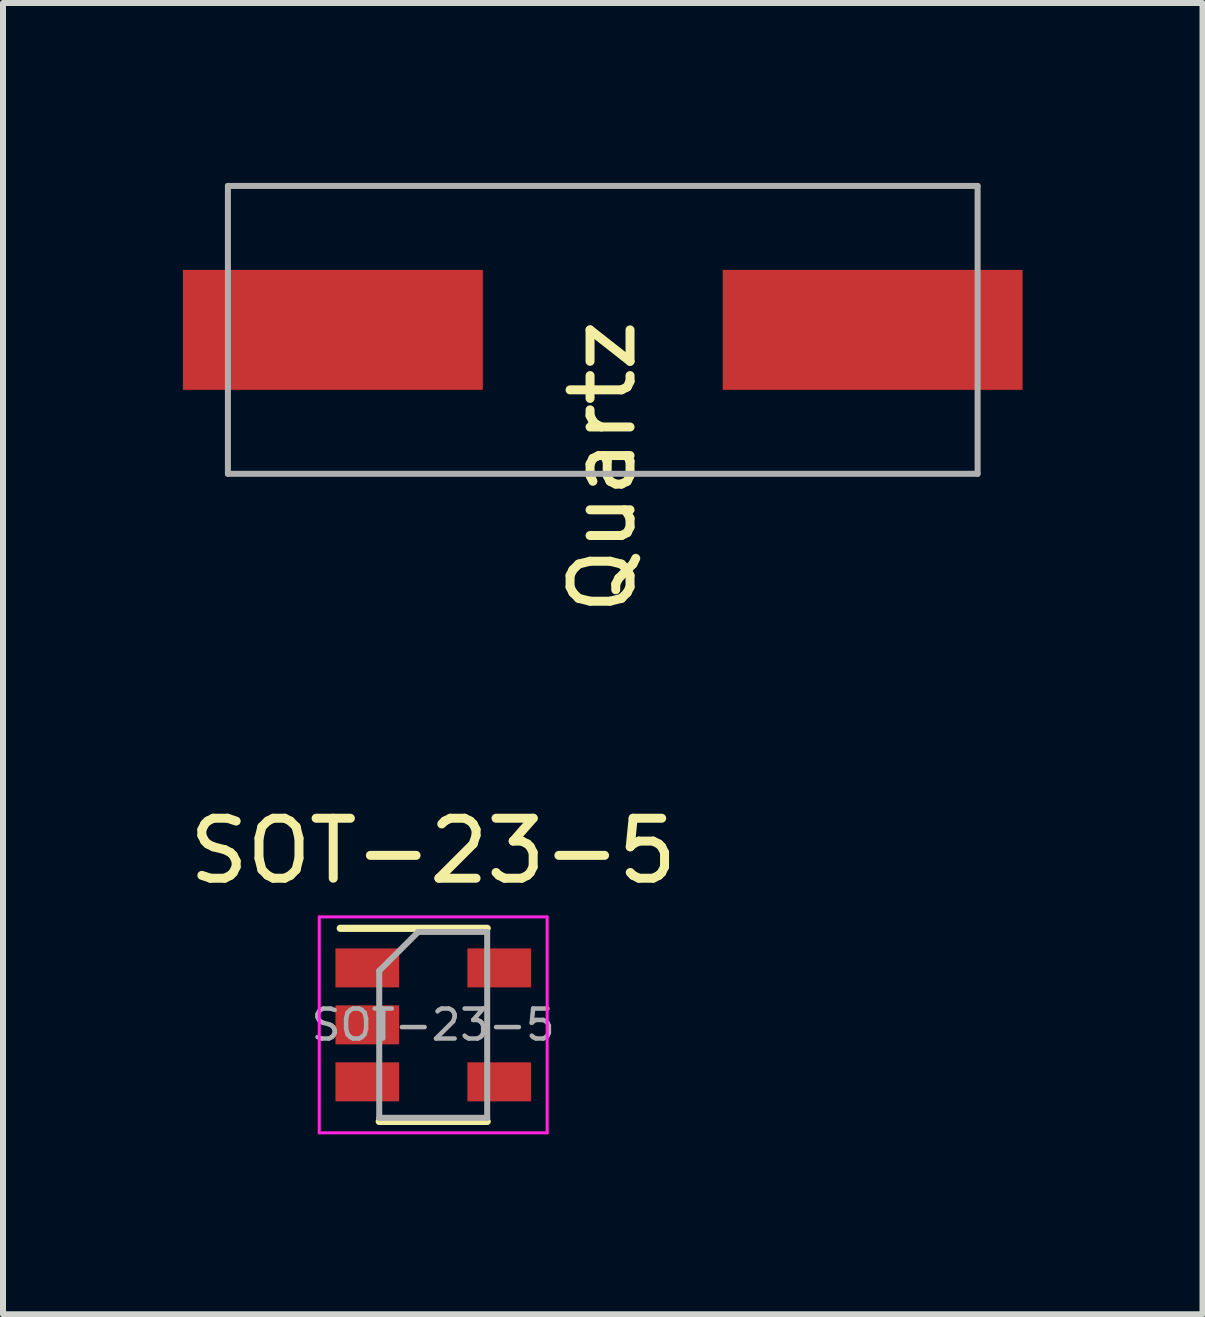
<source format=kicad_pcb>
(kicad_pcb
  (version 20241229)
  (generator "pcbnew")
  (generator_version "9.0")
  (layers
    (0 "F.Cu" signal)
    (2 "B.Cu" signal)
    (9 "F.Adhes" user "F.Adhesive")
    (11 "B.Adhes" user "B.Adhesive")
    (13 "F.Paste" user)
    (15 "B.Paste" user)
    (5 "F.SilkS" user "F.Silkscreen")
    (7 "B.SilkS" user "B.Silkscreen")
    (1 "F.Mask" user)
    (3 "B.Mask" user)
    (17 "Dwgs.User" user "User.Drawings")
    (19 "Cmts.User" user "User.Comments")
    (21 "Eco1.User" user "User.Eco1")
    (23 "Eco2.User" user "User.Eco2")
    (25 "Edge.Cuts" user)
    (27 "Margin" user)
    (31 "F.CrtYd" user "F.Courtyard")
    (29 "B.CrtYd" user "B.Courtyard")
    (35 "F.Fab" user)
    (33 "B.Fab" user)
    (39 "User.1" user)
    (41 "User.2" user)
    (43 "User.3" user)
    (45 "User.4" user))
  (footprint "SOT-23-5"
    (layer "F.Cu")
    (at 4.173 14.038)
    (property "Reference" "SOT-23-5" (at 0 -2.9 0) (layer "F.SilkS") (effects (font (size 1 1) (thickness 0.15))))
    (attr smd)
    (fp_line (start -0.9 1.61) (end 0.9 1.61) (stroke (width 0.12) (type solid)) (layer "F.SilkS"))
    (fp_line (start 0.9 -1.61) (end -1.55 -1.61) (stroke (width 0.12) (type solid)) (layer "F.SilkS"))
    (fp_line (start -1.9 -1.8) (end 1.9 -1.8) (stroke (width 0.05) (type solid)) (layer "F.CrtYd"))
    (fp_line (start -1.9 1.8) (end -1.9 -1.8) (stroke (width 0.05) (type solid)) (layer "F.CrtYd"))
    (fp_line (start 1.9 -1.8) (end 1.9 1.8) (stroke (width 0.05) (type solid)) (layer "F.CrtYd"))
    (fp_line (start 1.9 1.8) (end -1.9 1.8) (stroke (width 0.05) (type solid)) (layer "F.CrtYd"))
    (fp_line (start -0.9 -0.9) (end -0.9 1.55) (stroke (width 0.1) (type solid)) (layer "F.Fab"))
    (fp_line (start -0.9 -0.9) (end -0.25 -1.55) (stroke (width 0.1) (type solid)) (layer "F.Fab"))
    (fp_line (start 0.9 -1.55) (end -0.25 -1.55) (stroke (width 0.1) (type solid)) (layer "F.Fab"))
    (fp_line (start 0.9 -1.55) (end 0.9 1.55) (stroke (width 0.1) (type solid)) (layer "F.Fab"))
    (fp_line (start 0.9 1.55) (end -0.9 1.55) (stroke (width 0.1) (type solid)) (layer "F.Fab"))
    (fp_text user "${REFERENCE}" (at 0 0 0) (layer "F.Fab") (effects (font (size 0.5 0.5) (thickness 0.075))))
    (pad "1" smd rect (at -1.1 -0.95) (size 1.06 0.65) (layers "F.Cu" "F.Mask" "F.Paste"))
    (pad "2" smd rect (at -1.1 0) (size 1.06 0.65) (layers "F.Cu" "F.Mask" "F.Paste"))
    (pad "3" smd rect (at -1.1 0.95) (size 1.06 0.65) (layers "F.Cu" "F.Mask" "F.Paste"))
    (pad "4" smd rect (at 1.1 0.95) (size 1.06 0.65) (layers "F.Cu" "F.Mask" "F.Paste"))
    (pad "5" smd rect (at 1.1 -0.95) (size 1.06 0.65) (layers "F.Cu" "F.Mask" "F.Paste")))
  (footprint "Quartz"
    (layer "F.Cu")
    (at 7 2.45)
    (property "Reference" "Quartz" (at 0 2.286 270) (layer "F.SilkS") (effects (font (size 1 1) (thickness 0.15))))
    (attr through_hole)
    (fp_line (start -6.25 -2.4) (end 6.25 -2.4) (stroke (width 0.1) (type solid)) (layer "F.Fab"))
    (fp_line (start -6.25 2.4) (end -6.25 -2.4) (stroke (width 0.1) (type solid)) (layer "F.Fab"))
    (fp_line (start 6.25 -2.4) (end 6.25 2.4) (stroke (width 0.1) (type solid)) (layer "F.Fab"))
    (fp_line (start 6.25 2.4) (end -6.25 2.4) (stroke (width 0.1) (type solid)) (layer "F.Fab"))
    (pad "1" smd rect (at 4.5 0) (size 5 2) (layers "F.Cu" "F.Mask" "F.Paste"))
    (pad "2" smd rect (at -4.5 0) (size 5 2) (layers "F.Cu" "F.Mask" "F.Paste")))
  (gr_rect
    (start -3 -3)
    (end 17 18.863)
    (stroke (width 0.1) (type default))
    (fill no)
    (layer "Edge.Cuts")))
</source>
